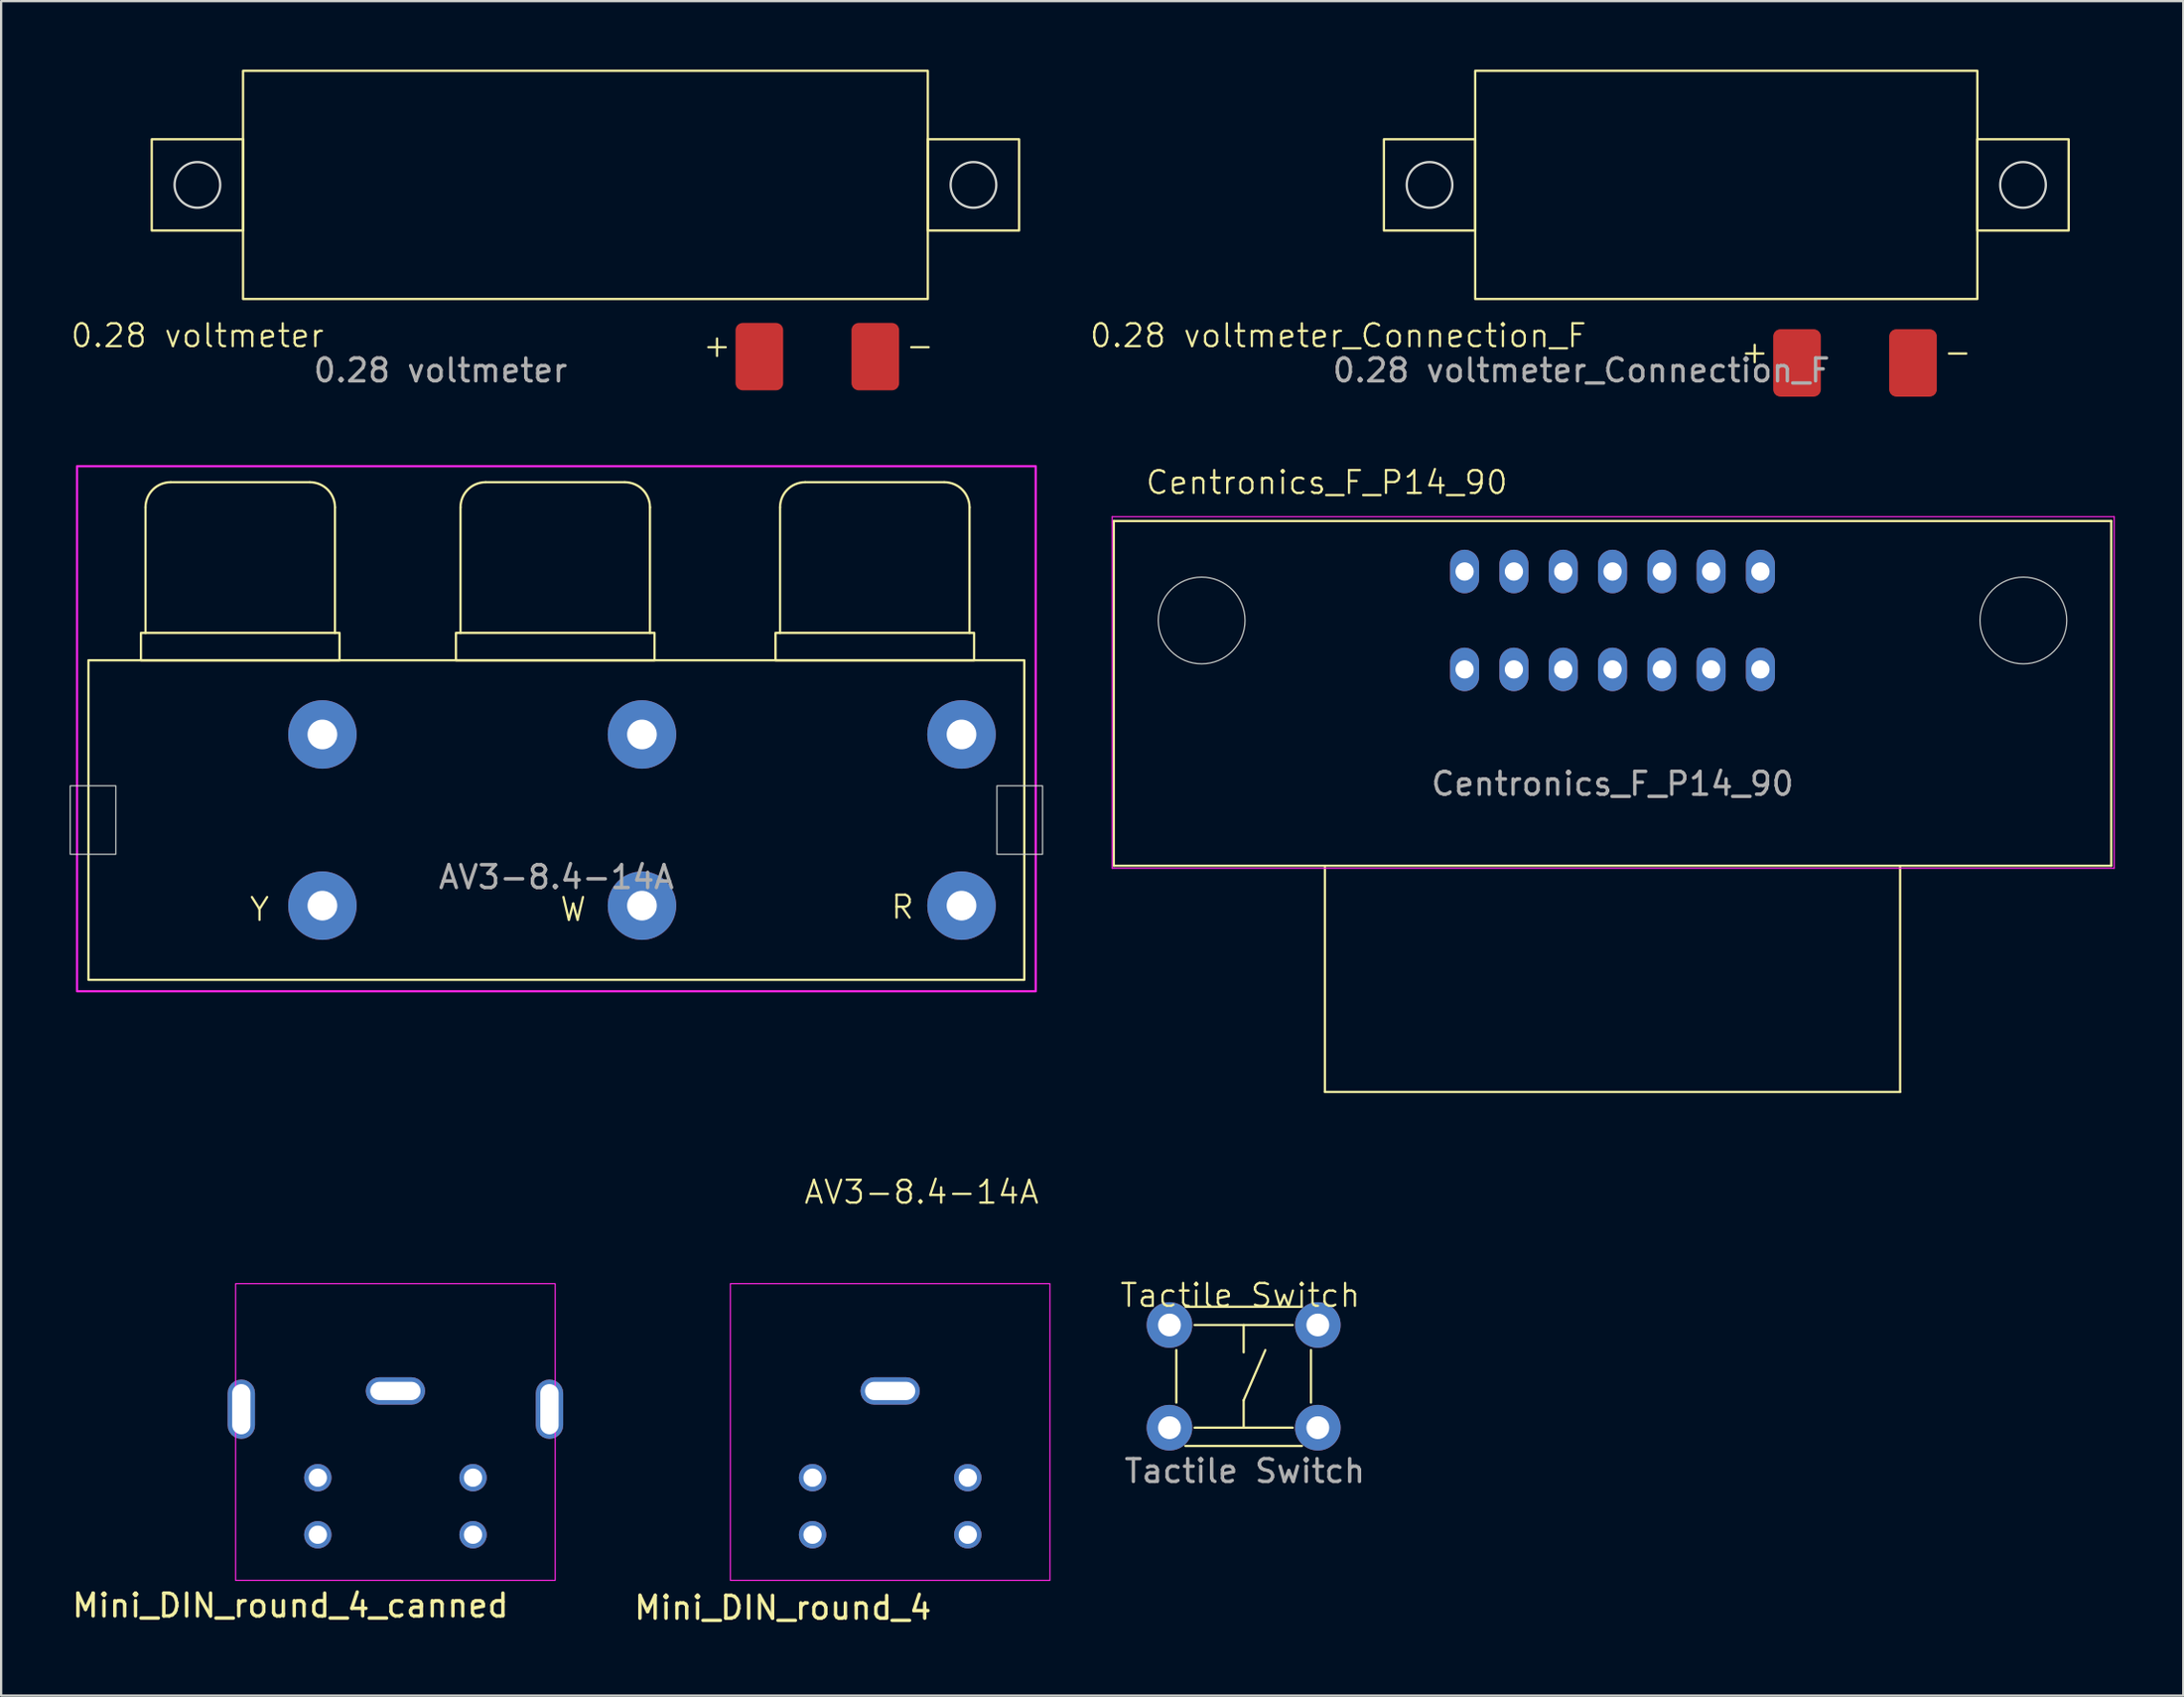
<source format=kicad_pcb>
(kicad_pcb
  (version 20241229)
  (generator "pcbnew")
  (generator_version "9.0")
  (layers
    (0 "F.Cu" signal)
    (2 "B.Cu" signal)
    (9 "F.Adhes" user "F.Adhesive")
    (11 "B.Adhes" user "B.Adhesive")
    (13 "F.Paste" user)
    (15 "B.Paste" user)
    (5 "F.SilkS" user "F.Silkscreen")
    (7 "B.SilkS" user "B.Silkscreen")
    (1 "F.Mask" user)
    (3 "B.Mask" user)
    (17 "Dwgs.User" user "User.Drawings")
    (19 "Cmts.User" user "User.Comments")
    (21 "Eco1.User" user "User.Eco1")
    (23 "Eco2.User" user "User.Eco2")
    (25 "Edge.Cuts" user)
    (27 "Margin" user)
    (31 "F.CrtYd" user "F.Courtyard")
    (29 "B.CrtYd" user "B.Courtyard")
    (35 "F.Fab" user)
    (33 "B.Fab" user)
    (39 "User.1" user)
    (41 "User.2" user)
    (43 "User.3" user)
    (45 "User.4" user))
  (footprint "Mini_DIN_round_4_canned"
    (layer "F.Cu")
    (at 14.273 53.187)
    (property "Reference" "Mini_DIN_round_4_canned" (at -4.6 14.1 0) (unlocked yes) (layer "F.SilkS") (effects (font (size 1 1) (thickness 0.15))))
    (attr through_hole)
    (fp_rect (start -7 0) (end 7 13) (stroke (width 0.05) (type default)) (fill no) (layer "F.CrtYd"))
    (pad "1" thru_hole circle (at -3.4 8.5 90) (size 1.2 1.2) (drill 0.8) (layers "*.Cu" "*.Mask"))
    (pad "2" thru_hole circle (at 3.4 8.5 90) (size 1.2 1.2) (drill 0.8) (layers "*.Cu" "*.Mask"))
    (pad "3" thru_hole circle (at -3.4 11 90) (size 1.2 1.2) (drill 0.8) (layers "*.Cu" "*.Mask"))
    (pad "4" thru_hole circle (at 3.4 11 90) (size 1.2 1.2) (drill 0.8) (layers "*.Cu" "*.Mask"))
    (pad "SH" thru_hole roundrect (at -6.75 5.5 90) (size 2.6 1.2) (drill oval 2.2 0.8) (layers "*.Cu" "*.Mask") (roundrect_rratio 0.5))
    (pad "SH" thru_hole roundrect (at 0 4.7) (size 2.6 1.2) (drill oval 2.2 0.8) (layers "*.Cu" "*.Mask") (roundrect_rratio 0.5))
    (pad "SH" thru_hole roundrect (at 6.75 5.5 90) (size 2.6 1.2) (drill oval 2.2 0.8) (layers "*.Cu" "*.Mask") (roundrect_rratio 0.5)))
  (footprint "0.28 voltmeter"
    (layer "F.Cu")
    (at 22.598 5.05)
    (property "Reference" "0.28 voltmeter" (at -17 6.604 0) (unlocked yes) (layer "F.SilkS") (effects (font (size 1 1) (thickness 0.1))))
    (attr smd)
    (fp_rect (start -19 -2) (end -15 2) (stroke (width 0.1) (type default)) (fill no) (layer "F.SilkS"))
    (fp_rect (start -15 -5) (end 15 5) (stroke (width 0.1) (type default)) (fill no) (layer "F.SilkS"))
    (fp_rect (start 15 -2) (end 19 2) (stroke (width 0.1) (type default)) (fill no) (layer "F.SilkS"))
    (fp_circle (center -17 0) (end -16 0) (stroke (width 0.1) (type solid)) (fill no) (layer "Edge.Cuts"))
    (fp_circle (center 17 0) (end 18 0) (stroke (width 0.1) (type solid)) (fill no) (layer "Edge.Cuts"))
    (fp_text user "-" (at 13.97 7.62 0) (unlocked yes) (layer "F.SilkS") (effects (font (size 1 1) (thickness 0.1)) (justify left bottom)))
    (fp_text user "+" (at 5.08 7.62 0) (unlocked yes) (layer "F.SilkS") (effects (font (size 1 1) (thickness 0.1)) (justify left bottom)))
    (fp_text user "${REFERENCE}" (at -6.35 8.128 0) (unlocked yes) (layer "F.Fab") (effects (font (size 1 1) (thickness 0.15))))
    (pad "1" smd roundrect (at 12.7 7.524 90) (size 2.953 2.087) (layers "F.Cu" "F.Mask" "F.Paste") (roundrect_rratio 0.15))
    (pad "2" smd roundrect (at 7.62 7.524 90) (size 2.953 2.087) (layers "F.Cu" "F.Mask" "F.Paste") (roundrect_rratio 0.15)))
  (footprint "Tactile Switch"
    (layer "F.Cu")
    (at 48.185 54.997)
    (property "Reference" "Tactile Switch" (at 3.1 -1.3 0) (unlocked yes) (layer "F.SilkS") (effects (font (size 1 1) (thickness 0.1))))
    (attr through_hole)
    (fp_line (start 0.3 1.1) (end 0.3 3.4) (stroke (width 0.1) (type default)) (layer "F.SilkS"))
    (fp_line (start 0.7 5.3) (end 5.8 5.3) (stroke (width 0.1) (type default)) (layer "F.SilkS"))
    (fp_line (start 1.1 4.5) (end 5.4 4.5) (stroke (width 0.1) (type default)) (layer "F.SilkS"))
    (fp_line (start 3.25 0) (end 3.25 1.2) (stroke (width 0.1) (type solid)) (layer "F.SilkS"))
    (fp_line (start 3.25 3.3) (end 3.25 4.5) (stroke (width 0.1) (type solid)) (layer "F.SilkS"))
    (fp_line (start 3.25 3.3) (end 4.2 1.1) (stroke (width 0.1) (type default)) (layer "F.SilkS"))
    (fp_line (start 5.4 0) (end 1.1 0) (stroke (width 0.1) (type default)) (layer "F.SilkS"))
    (fp_line (start 5.8 -0.8) (end 0.7 -0.8) (stroke (width 0.1) (type default)) (layer "F.SilkS"))
    (fp_line (start 6.2 3.4) (end 6.2 1.1) (stroke (width 0.1) (type default)) (layer "F.SilkS"))
    (fp_text user "${REFERENCE}" (at 3.3 6.4 0) (unlocked yes) (layer "F.Fab") (effects (font (size 1 1) (thickness 0.15))))
    (pad "1" thru_hole circle (at 0 0) (size 2 2) (drill 1) (layers "*.Cu" "*.Mask"))
    (pad "2" thru_hole circle (at 6.5 0) (size 2 2) (drill 1) (layers "*.Cu" "*.Mask"))
    (pad "3" thru_hole circle (at 0 4.5) (size 2 2) (drill 1) (layers "*.Cu" "*.Mask"))
    (pad "4" thru_hole circle (at 6.5 4.5) (size 2 2) (drill 1) (layers "*.Cu" "*.Mask")))
  (footprint "AV3-8.4-14A"
    (layer "F.Cu")
    (at 21.325 32.876)
    (property "Reference" "AV3-8.4-14A" (at 16 16.3 0) (unlocked yes) (layer "F.SilkS") (effects (font (size 1 1) (thickness 0.1))))
    (attr smd)
    (fp_line (start -18 -8.2) (end -18 -13.7) (stroke (width 0.1) (type solid)) (layer "F.SilkS"))
    (fp_line (start -16.9 -14.8) (end -10.8 -14.8) (stroke (width 0.1) (type default)) (layer "F.SilkS"))
    (fp_line (start -9.7 -8.2) (end -9.7 -13.7) (stroke (width 0.1) (type solid)) (layer "F.SilkS"))
    (fp_line (start -4.2 -8.2) (end -4.2 -13.7) (stroke (width 0.1) (type solid)) (layer "F.SilkS"))
    (fp_line (start -3.1 -14.8) (end 3 -14.8) (stroke (width 0.1) (type default)) (layer "F.SilkS"))
    (fp_line (start 4.1 -8.2) (end 4.1 -13.7) (stroke (width 0.1) (type solid)) (layer "F.SilkS"))
    (fp_line (start 9.8 -8.2) (end 9.8 -13.7) (stroke (width 0.1) (type solid)) (layer "F.SilkS"))
    (fp_line (start 10.9 -14.8) (end 17 -14.8) (stroke (width 0.1) (type default)) (layer "F.SilkS"))
    (fp_line (start 18.1 -8.2) (end 18.1 -13.7) (stroke (width 0.1) (type solid)) (layer "F.SilkS"))
    (fp_rect (start -18.2 -8.2) (end -9.5 -7) (stroke (width 0.1) (type solid)) (fill no) (layer "F.SilkS"))
    (fp_rect (start -4.4 -8.2) (end 4.3 -7) (stroke (width 0.1) (type solid)) (fill no) (layer "F.SilkS"))
    (fp_rect (start 9.6 -8.2) (end 18.3 -7) (stroke (width 0.1) (type solid)) (fill no) (layer "F.SilkS"))
    (fp_rect (start 20.5 -7) (end -20.5 7) (stroke (width 0.1) (type solid)) (fill no) (layer "F.SilkS"))
    (fp_arc (start -18 -13.7) (mid -17.677817 -14.477817) (end -16.9 -14.8) (stroke (width 0.1) (type default)) (layer "F.SilkS"))
    (fp_arc (start -10.8 -14.8) (mid -10.022183 -14.477817) (end -9.7 -13.7) (stroke (width 0.1) (type default)) (layer "F.SilkS"))
    (fp_arc (start -4.2 -13.7) (mid -3.877817 -14.477817) (end -3.1 -14.8) (stroke (width 0.1) (type default)) (layer "F.SilkS"))
    (fp_arc (start 3 -14.8) (mid 3.777817 -14.477817) (end 4.1 -13.7) (stroke (width 0.1) (type default)) (layer "F.SilkS"))
    (fp_arc (start 9.8 -13.7) (mid 10.122183 -14.477817) (end 10.9 -14.8) (stroke (width 0.1) (type default)) (layer "F.SilkS"))
    (fp_arc (start 17 -14.8) (mid 17.777817 -14.477817) (end 18.1 -13.7) (stroke (width 0.1) (type default)) (layer "F.SilkS"))
    (fp_rect (start -21.3 -1.5) (end -19.3 1.5) (stroke (width 0.05) (type solid)) (fill no) (layer "Edge.Cuts"))
    (fp_rect (start 19.3 -1.5) (end 21.3 1.5) (stroke (width 0.05) (type solid)) (fill no) (layer "Edge.Cuts"))
    (fp_rect (start 21 -15.5) (end -21 7.5) (stroke (width 0.1) (type solid)) (fill no) (layer "F.CrtYd"))
    (fp_text user "R" (at 14.6 4.4 0) (unlocked yes) (layer "F.SilkS") (effects (font (size 1 1) (thickness 0.1)) (justify left bottom)))
    (fp_text user "W" (at 0.1 4.5 0) (unlocked yes) (layer "F.SilkS") (effects (font (size 1 1) (thickness 0.1)) (justify left bottom)))
    (fp_text user "Y" (at -13.5 4.5 0) (unlocked yes) (layer "F.SilkS") (effects (font (size 1 1) (thickness 0.1)) (justify left bottom)))
    (fp_text user "${REFERENCE}" (at 0 2.5 0) (unlocked yes) (layer "F.Fab") (effects (font (size 1 1) (thickness 0.15))))
    (pad "1" thru_hole circle (at 17.75 3.75) (size 3 3) (drill 1.3) (layers "*.Cu" "*.Mask"))
    (pad "2" thru_hole circle (at 3.75 3.75) (size 3 3) (drill 1.3) (layers "*.Cu" "*.Mask"))
    (pad "3" thru_hole circle (at -10.25 -3.75) (size 3 3) (drill 1.3) (layers "*.Cu" "*.Mask"))
    (pad "3" thru_hole circle (at -10.25 3.75) (size 3 3) (drill 1.3) (layers "*.Cu" "*.Mask"))
    (pad "3" thru_hole circle (at 3.75 -3.75) (size 3 3) (drill 1.3) (layers "*.Cu" "*.Mask"))
    (pad "3" thru_hole circle (at 17.75 -3.75) (size 3 3) (drill 1.3) (layers "*.Cu" "*.Mask")))
  (footprint "Mini_DIN_round_4"
    (layer "F.Cu")
    (at 35.948 53.187)
    (property "Reference" "Mini_DIN_round_4" (at -4.7 14.2 0) (unlocked yes) (layer "F.SilkS") (effects (font (size 1 1) (thickness 0.15))))
    (attr through_hole)
    (fp_rect (start -7 0) (end 7 13) (stroke (width 0.05) (type default)) (fill no) (layer "F.CrtYd"))
    (pad "1" thru_hole circle (at -3.4 8.5 90) (size 1.2 1.2) (drill 0.8) (layers "*.Cu" "*.Mask"))
    (pad "2" thru_hole circle (at 3.4 8.5 90) (size 1.2 1.2) (drill 0.8) (layers "*.Cu" "*.Mask"))
    (pad "3" thru_hole circle (at -3.4 11 90) (size 1.2 1.2) (drill 0.8) (layers "*.Cu" "*.Mask"))
    (pad "4" thru_hole circle (at 3.4 11 90) (size 1.2 1.2) (drill 0.8) (layers "*.Cu" "*.Mask"))
    (pad "SH" thru_hole roundrect (at 0 4.7) (size 2.6 1.2) (drill oval 2.2 0.8) (layers "*.Cu" "*.Mask") (roundrect_rratio 0.5)))
  (footprint "0.28 voltmeter_Connection_F"
    (layer "F.Cu")
    (at 72.579 5.05)
    (property "Reference" "0.28 voltmeter_Connection_F" (at -17 6.604 0) (unlocked yes) (layer "F.SilkS") (effects (font (size 1 1) (thickness 0.1))))
    (attr smd)
    (fp_rect (start -15 -2) (end -11 2) (stroke (width 0.1) (type default)) (fill no) (layer "F.SilkS"))
    (fp_rect (start -11 -5) (end 11 5) (stroke (width 0.1) (type solid)) (fill no) (layer "F.SilkS"))
    (fp_rect (start 11 -2) (end 15 2) (stroke (width 0.1) (type default)) (fill no) (layer "F.SilkS"))
    (fp_circle (center -13 0) (end -12 0) (stroke (width 0.1) (type solid)) (fill no) (layer "Edge.Cuts"))
    (fp_circle (center 13 0) (end 14 0) (stroke (width 0.1) (type solid)) (fill no) (layer "Edge.Cuts"))
    (fp_text user "-" (at 9.45 7.896 0) (unlocked yes) (layer "F.SilkS") (effects (font (size 1 1) (thickness 0.1)) (justify left bottom)))
    (fp_text user "+" (at 0.56 7.896 0) (unlocked yes) (layer "F.SilkS") (effects (font (size 1 1) (thickness 0.1)) (justify left bottom)))
    (fp_text user "${REFERENCE}" (at -6.35 8.128 0) (unlocked yes) (layer "F.Fab") (effects (font (size 1 1) (thickness 0.15))))
    (pad "1" smd roundrect (at 8.18 7.8 90) (size 2.953 2.087) (layers "F.Cu" "F.Mask" "F.Paste") (roundrect_rratio 0.15))
    (pad "2" smd roundrect (at 3.1 7.8 90) (size 2.953 2.087) (layers "F.Cu" "F.Mask" "F.Paste") (roundrect_rratio 0.15)))
  (footprint "Centronics_F_P14_90"
    (layer "F.Cu")
    (at 74.075 21.987)
    (property "Reference" "Centronics_F_P14_90" (at -19 -3.9 0) (unlocked yes) (layer "F.SilkS") (effects (font (size 1 1) (thickness 0.1))))
    (attr smd)
    (fp_line (start -28.33 -2.21) (end -28.33 12.89) (stroke (width 0.1) (type default)) (layer "F.SilkS"))
    (fp_line (start -19.08 22.8) (end -19.08 12.9) (stroke (width 0.1) (type solid)) (layer "F.SilkS"))
    (fp_line (start -19.08 22.8) (end 6.12 22.8) (stroke (width 0.1) (type solid)) (layer "F.SilkS"))
    (fp_line (start 6.12 22.8) (end 6.12 12.9) (stroke (width 0.1) (type solid)) (layer "F.SilkS"))
    (fp_line (start 15.37 -2.21) (end -28.33 -2.21) (stroke (width 0.1) (type solid)) (layer "F.SilkS"))
    (fp_line (start 15.37 -2.21) (end 15.37 12.89) (stroke (width 0.1) (type default)) (layer "F.SilkS"))
    (fp_line (start 15.37 12.89) (end -28.33 12.89) (stroke (width 0.1) (type solid)) (layer "F.SilkS"))
    (fp_circle (center -24.48 2.145) (end -22.58 2.145) (stroke (width 0.05) (type solid)) (fill no) (layer "Edge.Cuts"))
    (fp_circle (center 11.52 2.145) (end 13.42 2.145) (stroke (width 0.05) (type solid)) (fill no) (layer "Edge.Cuts"))
    (fp_line (start -28.4 -2.4) (end 15.5 -2.4) (stroke (width 0.05) (type solid)) (layer "F.CrtYd"))
    (fp_line (start -28.4 13) (end -28.4 -2.4) (stroke (width 0.05) (type solid)) (layer "F.CrtYd"))
    (fp_line (start 15.5 -2.4) (end 15.5 13) (stroke (width 0.05) (type default)) (layer "F.CrtYd"))
    (fp_line (start 15.5 13) (end -28.4 13) (stroke (width 0.05) (type default)) (layer "F.CrtYd"))
    (fp_text user "${REFERENCE}" (at -6.48 9.3 0) (unlocked yes) (layer "F.Fab") (effects (font (size 1 1) (thickness 0.15))))
    (pad "1" thru_hole oval (at 0 0 270) (size 1.905 1.27) (drill 0.8) (layers "*.Cu" "*.Mask"))
    (pad "2" thru_hole oval (at -2.16 0 270) (size 1.905 1.27) (drill 0.8) (layers "*.Cu" "*.Mask"))
    (pad "3" thru_hole oval (at -4.32 0 270) (size 1.905 1.27) (drill 0.8) (layers "*.Cu" "*.Mask"))
    (pad "4" thru_hole oval (at -6.48 0 270) (size 1.905 1.27) (drill 0.8) (layers "*.Cu" "*.Mask"))
    (pad "5" thru_hole oval (at -8.64 0 270) (size 1.905 1.27) (drill 0.8) (layers "*.Cu" "*.Mask"))
    (pad "6" thru_hole oval (at -10.8 0 270) (size 1.905 1.27) (drill 0.8) (layers "*.Cu" "*.Mask"))
    (pad "7" thru_hole oval (at -12.96 0 270) (size 1.905 1.27) (drill 0.8) (layers "*.Cu" "*.Mask"))
    (pad "8" thru_hole oval (at 0 4.29 270) (size 1.905 1.27) (drill 0.8) (layers "*.Cu" "*.Mask"))
    (pad "9" thru_hole oval (at -2.16 4.29 270) (size 1.905 1.27) (drill 0.8) (layers "*.Cu" "*.Mask"))
    (pad "10" thru_hole oval (at -4.32 4.29 270) (size 1.905 1.27) (drill 0.8) (layers "*.Cu" "*.Mask"))
    (pad "11" thru_hole oval (at -6.48 4.29 270) (size 1.905 1.27) (drill 0.8) (layers "*.Cu" "*.Mask"))
    (pad "12" thru_hole oval (at -8.64 4.29 270) (size 1.905 1.27) (drill 0.8) (layers "*.Cu" "*.Mask"))
    (pad "13" thru_hole oval (at -10.8 4.29 270) (size 1.905 1.27) (drill 0.8) (layers "*.Cu" "*.Mask"))
    (pad "14" thru_hole oval (at -12.96 4.29 270) (size 1.905 1.27) (drill 0.8) (layers "*.Cu" "*.Mask")))
  (gr_rect
    (start -3 -3)
    (end 92.6 71.235)
    (stroke (width 0.1) (type default))
    (fill no)
    (layer "Edge.Cuts")))
</source>
